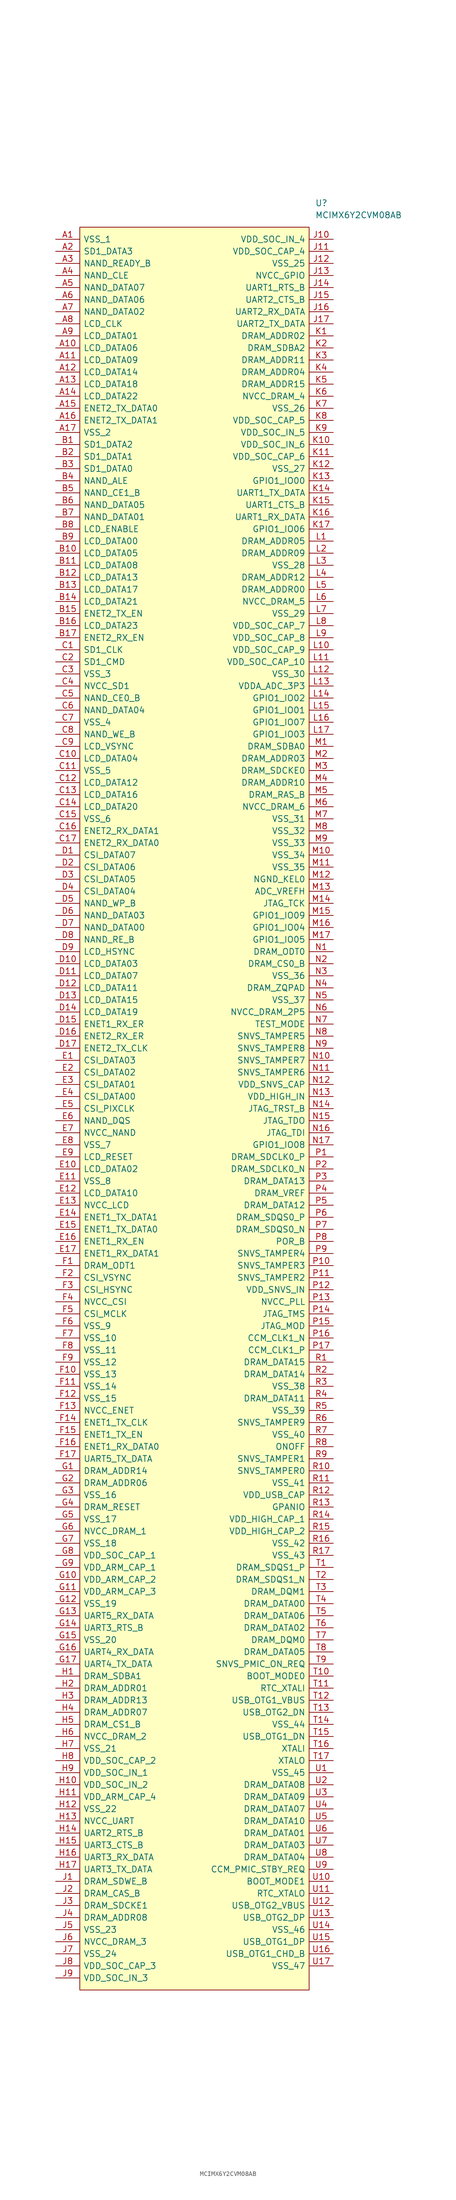
<source format=kicad_sym>
(kicad_symbol_lib
  (version 20211014)
  (generator kicad_symbol_editor)
  (symbol "MCIMX6Y2CVM08AB"
    (pin_names
      (offset 0.762))
    (property "Reference" "U"
      (at 54.61 7.62 0)
      (effects (font (size 1.27 1.27)) (justify left)))
    (property "Value" "MCIMX6Y2CVM08AB"
      (at 54.61 5.08 0)
      (effects (font (size 1.27 1.27)) (justify left)))
    (symbol "MCIMX6Y2CVM08AB_0_0"
      (pin passive line (at 0 0 0) (length 5.08) (name "VSS_1" (effects (font (size 1.27 1.27)))) (number "A1" (effects (font (size 1.27 1.27)))))
      (pin passive line (at 0 -22.86 0) (length 5.08) (name "LCD_DATA06" (effects (font (size 1.27 1.27)))) (number "A10" (effects (font (size 1.27 1.27)))))
      (pin passive line (at 0 -25.4 0) (length 5.08) (name "LCD_DATA09" (effects (font (size 1.27 1.27)))) (number "A11" (effects (font (size 1.27 1.27)))))
      (pin passive line (at 0 -27.94 0) (length 5.08) (name "LCD_DATA14" (effects (font (size 1.27 1.27)))) (number "A12" (effects (font (size 1.27 1.27)))))
      (pin passive line (at 0 -30.48 0) (length 5.08) (name "LCD_DATA18" (effects (font (size 1.27 1.27)))) (number "A13" (effects (font (size 1.27 1.27)))))
      (pin passive line (at 0 -33.02 0) (length 5.08) (name "LCD_DATA22" (effects (font (size 1.27 1.27)))) (number "A14" (effects (font (size 1.27 1.27)))))
      (pin passive line (at 0 -35.56 0) (length 5.08) (name "ENET2_TX_DATA0" (effects (font (size 1.27 1.27)))) (number "A15" (effects (font (size 1.27 1.27)))))
      (pin passive line (at 0 -38.1 0) (length 5.08) (name "ENET2_TX_DATA1" (effects (font (size 1.27 1.27)))) (number "A16" (effects (font (size 1.27 1.27)))))
      (pin passive line (at 0 -40.64 0) (length 5.08) (name "VSS_2" (effects (font (size 1.27 1.27)))) (number "A17" (effects (font (size 1.27 1.27)))))
      (pin passive line (at 0 -2.54 0) (length 5.08) (name "SD1_DATA3" (effects (font (size 1.27 1.27)))) (number "A2" (effects (font (size 1.27 1.27)))))
      (pin passive line (at 0 -5.08 0) (length 5.08) (name "NAND_READY_B" (effects (font (size 1.27 1.27)))) (number "A3" (effects (font (size 1.27 1.27)))))
      (pin passive line (at 0 -7.62 0) (length 5.08) (name "NAND_CLE" (effects (font (size 1.27 1.27)))) (number "A4" (effects (font (size 1.27 1.27)))))
      (pin passive line (at 0 -10.16 0) (length 5.08) (name "NAND_DATA07" (effects (font (size 1.27 1.27)))) (number "A5" (effects (font (size 1.27 1.27)))))
      (pin passive line (at 0 -12.7 0) (length 5.08) (name "NAND_DATA06" (effects (font (size 1.27 1.27)))) (number "A6" (effects (font (size 1.27 1.27)))))
      (pin passive line (at 0 -15.24 0) (length 5.08) (name "NAND_DATA02" (effects (font (size 1.27 1.27)))) (number "A7" (effects (font (size 1.27 1.27)))))
      (pin passive line (at 0 -17.78 0) (length 5.08) (name "LCD_CLK" (effects (font (size 1.27 1.27)))) (number "A8" (effects (font (size 1.27 1.27)))))
      (pin passive line (at 0 -20.32 0) (length 5.08) (name "LCD_DATA01" (effects (font (size 1.27 1.27)))) (number "A9" (effects (font (size 1.27 1.27)))))
      (pin passive line (at 0 -43.18 0) (length 5.08) (name "SD1_DATA2" (effects (font (size 1.27 1.27)))) (number "B1" (effects (font (size 1.27 1.27)))))
      (pin passive line (at 0 -66.04 0) (length 5.08) (name "LCD_DATA05" (effects (font (size 1.27 1.27)))) (number "B10" (effects (font (size 1.27 1.27)))))
      (pin passive line (at 0 -68.58 0) (length 5.08) (name "LCD_DATA08" (effects (font (size 1.27 1.27)))) (number "B11" (effects (font (size 1.27 1.27)))))
      (pin passive line (at 0 -71.12 0) (length 5.08) (name "LCD_DATA13" (effects (font (size 1.27 1.27)))) (number "B12" (effects (font (size 1.27 1.27)))))
      (pin passive line (at 0 -73.66 0) (length 5.08) (name "LCD_DATA17" (effects (font (size 1.27 1.27)))) (number "B13" (effects (font (size 1.27 1.27)))))
      (pin passive line (at 0 -76.2 0) (length 5.08) (name "LCD_DATA21" (effects (font (size 1.27 1.27)))) (number "B14" (effects (font (size 1.27 1.27)))))
      (pin passive line (at 0 -78.74 0) (length 5.08) (name "ENET2_TX_EN" (effects (font (size 1.27 1.27)))) (number "B15" (effects (font (size 1.27 1.27)))))
      (pin passive line (at 0 -81.28 0) (length 5.08) (name "LCD_DATA23" (effects (font (size 1.27 1.27)))) (number "B16" (effects (font (size 1.27 1.27)))))
      (pin passive line (at 0 -83.82 0) (length 5.08) (name "ENET2_RX_EN" (effects (font (size 1.27 1.27)))) (number "B17" (effects (font (size 1.27 1.27)))))
      (pin passive line (at 0 -45.72 0) (length 5.08) (name "SD1_DATA1" (effects (font (size 1.27 1.27)))) (number "B2" (effects (font (size 1.27 1.27)))))
      (pin passive line (at 0 -48.26 0) (length 5.08) (name "SD1_DATA0" (effects (font (size 1.27 1.27)))) (number "B3" (effects (font (size 1.27 1.27)))))
      (pin passive line (at 0 -50.8 0) (length 5.08) (name "NAND_ALE" (effects (font (size 1.27 1.27)))) (number "B4" (effects (font (size 1.27 1.27)))))
      (pin passive line (at 0 -53.34 0) (length 5.08) (name "NAND_CE1_B" (effects (font (size 1.27 1.27)))) (number "B5" (effects (font (size 1.27 1.27)))))
      (pin passive line (at 0 -55.88 0) (length 5.08) (name "NAND_DATA05" (effects (font (size 1.27 1.27)))) (number "B6" (effects (font (size 1.27 1.27)))))
      (pin passive line (at 0 -58.42 0) (length 5.08) (name "NAND_DATA01" (effects (font (size 1.27 1.27)))) (number "B7" (effects (font (size 1.27 1.27)))))
      (pin passive line (at 0 -60.96 0) (length 5.08) (name "LCD_ENABLE" (effects (font (size 1.27 1.27)))) (number "B8" (effects (font (size 1.27 1.27)))))
      (pin passive line (at 0 -63.5 0) (length 5.08) (name "LCD_DATA00" (effects (font (size 1.27 1.27)))) (number "B9" (effects (font (size 1.27 1.27)))))
      (pin passive line (at 0 -86.36 0) (length 5.08) (name "SD1_CLK" (effects (font (size 1.27 1.27)))) (number "C1" (effects (font (size 1.27 1.27)))))
      (pin passive line (at 0 -109.22 0) (length 5.08) (name "LCD_DATA04" (effects (font (size 1.27 1.27)))) (number "C10" (effects (font (size 1.27 1.27)))))
      (pin passive line (at 0 -111.76 0) (length 5.08) (name "VSS_5" (effects (font (size 1.27 1.27)))) (number "C11" (effects (font (size 1.27 1.27)))))
      (pin passive line (at 0 -114.3 0) (length 5.08) (name "LCD_DATA12" (effects (font (size 1.27 1.27)))) (number "C12" (effects (font (size 1.27 1.27)))))
      (pin passive line (at 0 -116.84 0) (length 5.08) (name "LCD_DATA16" (effects (font (size 1.27 1.27)))) (number "C13" (effects (font (size 1.27 1.27)))))
      (pin passive line (at 0 -119.38 0) (length 5.08) (name "LCD_DATA20" (effects (font (size 1.27 1.27)))) (number "C14" (effects (font (size 1.27 1.27)))))
      (pin passive line (at 0 -121.92 0) (length 5.08) (name "VSS_6" (effects (font (size 1.27 1.27)))) (number "C15" (effects (font (size 1.27 1.27)))))
      (pin passive line (at 0 -124.46 0) (length 5.08) (name "ENET2_RX_DATA1" (effects (font (size 1.27 1.27)))) (number "C16" (effects (font (size 1.27 1.27)))))
      (pin passive line (at 0 -127 0) (length 5.08) (name "ENET2_RX_DATA0" (effects (font (size 1.27 1.27)))) (number "C17" (effects (font (size 1.27 1.27)))))
      (pin passive line (at 0 -88.9 0) (length 5.08) (name "SD1_CMD" (effects (font (size 1.27 1.27)))) (number "C2" (effects (font (size 1.27 1.27)))))
      (pin passive line (at 0 -91.44 0) (length 5.08) (name "VSS_3" (effects (font (size 1.27 1.27)))) (number "C3" (effects (font (size 1.27 1.27)))))
      (pin passive line (at 0 -93.98 0) (length 5.08) (name "NVCC_SD1" (effects (font (size 1.27 1.27)))) (number "C4" (effects (font (size 1.27 1.27)))))
      (pin passive line (at 0 -96.52 0) (length 5.08) (name "NAND_CE0_B" (effects (font (size 1.27 1.27)))) (number "C5" (effects (font (size 1.27 1.27)))))
      (pin passive line (at 0 -99.06 0) (length 5.08) (name "NAND_DATA04" (effects (font (size 1.27 1.27)))) (number "C6" (effects (font (size 1.27 1.27)))))
      (pin passive line (at 0 -101.6 0) (length 5.08) (name "VSS_4" (effects (font (size 1.27 1.27)))) (number "C7" (effects (font (size 1.27 1.27)))))
      (pin passive line (at 0 -104.14 0) (length 5.08) (name "NAND_WE_B" (effects (font (size 1.27 1.27)))) (number "C8" (effects (font (size 1.27 1.27)))))
      (pin passive line (at 0 -106.68 0) (length 5.08) (name "LCD_VSYNC" (effects (font (size 1.27 1.27)))) (number "C9" (effects (font (size 1.27 1.27)))))
      (pin passive line (at 0 -129.54 0) (length 5.08) (name "CSI_DATA07" (effects (font (size 1.27 1.27)))) (number "D1" (effects (font (size 1.27 1.27)))))
      (pin passive line (at 0 -152.4 0) (length 5.08) (name "LCD_DATA03" (effects (font (size 1.27 1.27)))) (number "D10" (effects (font (size 1.27 1.27)))))
      (pin passive line (at 0 -154.94 0) (length 5.08) (name "LCD_DATA07" (effects (font (size 1.27 1.27)))) (number "D11" (effects (font (size 1.27 1.27)))))
      (pin passive line (at 0 -157.48 0) (length 5.08) (name "LCD_DATA11" (effects (font (size 1.27 1.27)))) (number "D12" (effects (font (size 1.27 1.27)))))
      (pin passive line (at 0 -160.02 0) (length 5.08) (name "LCD_DATA15" (effects (font (size 1.27 1.27)))) (number "D13" (effects (font (size 1.27 1.27)))))
      (pin passive line (at 0 -162.56 0) (length 5.08) (name "LCD_DATA19" (effects (font (size 1.27 1.27)))) (number "D14" (effects (font (size 1.27 1.27)))))
      (pin passive line (at 0 -165.1 0) (length 5.08) (name "ENET1_RX_ER" (effects (font (size 1.27 1.27)))) (number "D15" (effects (font (size 1.27 1.27)))))
      (pin passive line (at 0 -167.64 0) (length 5.08) (name "ENET2_RX_ER" (effects (font (size 1.27 1.27)))) (number "D16" (effects (font (size 1.27 1.27)))))
      (pin passive line (at 0 -170.18 0) (length 5.08) (name "ENET2_TX_CLK" (effects (font (size 1.27 1.27)))) (number "D17" (effects (font (size 1.27 1.27)))))
      (pin passive line (at 0 -132.08 0) (length 5.08) (name "CSI_DATA06" (effects (font (size 1.27 1.27)))) (number "D2" (effects (font (size 1.27 1.27)))))
      (pin passive line (at 0 -134.62 0) (length 5.08) (name "CSI_DATA05" (effects (font (size 1.27 1.27)))) (number "D3" (effects (font (size 1.27 1.27)))))
      (pin passive line (at 0 -137.16 0) (length 5.08) (name "CSI_DATA04" (effects (font (size 1.27 1.27)))) (number "D4" (effects (font (size 1.27 1.27)))))
      (pin passive line (at 0 -139.7 0) (length 5.08) (name "NAND_WP_B" (effects (font (size 1.27 1.27)))) (number "D5" (effects (font (size 1.27 1.27)))))
      (pin passive line (at 0 -142.24 0) (length 5.08) (name "NAND_DATA03" (effects (font (size 1.27 1.27)))) (number "D6" (effects (font (size 1.27 1.27)))))
      (pin passive line (at 0 -144.78 0) (length 5.08) (name "NAND_DATA00" (effects (font (size 1.27 1.27)))) (number "D7" (effects (font (size 1.27 1.27)))))
      (pin passive line (at 0 -147.32 0) (length 5.08) (name "NAND_RE_B" (effects (font (size 1.27 1.27)))) (number "D8" (effects (font (size 1.27 1.27)))))
      (pin passive line (at 0 -149.86 0) (length 5.08) (name "LCD_HSYNC" (effects (font (size 1.27 1.27)))) (number "D9" (effects (font (size 1.27 1.27)))))
      (pin passive line (at 0 -172.72 0) (length 5.08) (name "CSI_DATA03" (effects (font (size 1.27 1.27)))) (number "E1" (effects (font (size 1.27 1.27)))))
      (pin passive line (at 0 -195.58 0) (length 5.08) (name "LCD_DATA02" (effects (font (size 1.27 1.27)))) (number "E10" (effects (font (size 1.27 1.27)))))
      (pin passive line (at 0 -198.12 0) (length 5.08) (name "VSS_8" (effects (font (size 1.27 1.27)))) (number "E11" (effects (font (size 1.27 1.27)))))
      (pin passive line (at 0 -200.66 0) (length 5.08) (name "LCD_DATA10" (effects (font (size 1.27 1.27)))) (number "E12" (effects (font (size 1.27 1.27)))))
      (pin passive line (at 0 -203.2 0) (length 5.08) (name "NVCC_LCD" (effects (font (size 1.27 1.27)))) (number "E13" (effects (font (size 1.27 1.27)))))
      (pin passive line (at 0 -205.74 0) (length 5.08) (name "ENET1_TX_DATA1" (effects (font (size 1.27 1.27)))) (number "E14" (effects (font (size 1.27 1.27)))))
      (pin passive line (at 0 -208.28 0) (length 5.08) (name "ENET1_TX_DATA0" (effects (font (size 1.27 1.27)))) (number "E15" (effects (font (size 1.27 1.27)))))
      (pin passive line (at 0 -210.82 0) (length 5.08) (name "ENET1_RX_EN" (effects (font (size 1.27 1.27)))) (number "E16" (effects (font (size 1.27 1.27)))))
      (pin passive line (at 0 -213.36 0) (length 5.08) (name "ENET1_RX_DATA1" (effects (font (size 1.27 1.27)))) (number "E17" (effects (font (size 1.27 1.27)))))
      (pin passive line (at 0 -175.26 0) (length 5.08) (name "CSI_DATA02" (effects (font (size 1.27 1.27)))) (number "E2" (effects (font (size 1.27 1.27)))))
      (pin passive line (at 0 -177.8 0) (length 5.08) (name "CSI_DATA01" (effects (font (size 1.27 1.27)))) (number "E3" (effects (font (size 1.27 1.27)))))
      (pin passive line (at 0 -180.34 0) (length 5.08) (name "CSI_DATA00" (effects (font (size 1.27 1.27)))) (number "E4" (effects (font (size 1.27 1.27)))))
      (pin passive line (at 0 -182.88 0) (length 5.08) (name "CSI_PIXCLK" (effects (font (size 1.27 1.27)))) (number "E5" (effects (font (size 1.27 1.27)))))
      (pin passive line (at 0 -185.42 0) (length 5.08) (name "NAND_DQS" (effects (font (size 1.27 1.27)))) (number "E6" (effects (font (size 1.27 1.27)))))
      (pin passive line (at 0 -187.96 0) (length 5.08) (name "NVCC_NAND" (effects (font (size 1.27 1.27)))) (number "E7" (effects (font (size 1.27 1.27)))))
      (pin passive line (at 0 -190.5 0) (length 5.08) (name "VSS_7" (effects (font (size 1.27 1.27)))) (number "E8" (effects (font (size 1.27 1.27)))))
      (pin passive line (at 0 -193.04 0) (length 5.08) (name "LCD_RESET" (effects (font (size 1.27 1.27)))) (number "E9" (effects (font (size 1.27 1.27)))))
      (pin passive line (at 0 -215.9 0) (length 5.08) (name "DRAM_ODT1" (effects (font (size 1.27 1.27)))) (number "F1" (effects (font (size 1.27 1.27)))))
      (pin passive line (at 0 -238.76 0) (length 5.08) (name "VSS_13" (effects (font (size 1.27 1.27)))) (number "F10" (effects (font (size 1.27 1.27)))))
      (pin passive line (at 0 -241.3 0) (length 5.08) (name "VSS_14" (effects (font (size 1.27 1.27)))) (number "F11" (effects (font (size 1.27 1.27)))))
      (pin passive line (at 0 -243.84 0) (length 5.08) (name "VSS_15" (effects (font (size 1.27 1.27)))) (number "F12" (effects (font (size 1.27 1.27)))))
      (pin passive line (at 0 -246.38 0) (length 5.08) (name "NVCC_ENET" (effects (font (size 1.27 1.27)))) (number "F13" (effects (font (size 1.27 1.27)))))
      (pin passive line (at 0 -248.92 0) (length 5.08) (name "ENET1_TX_CLK" (effects (font (size 1.27 1.27)))) (number "F14" (effects (font (size 1.27 1.27)))))
      (pin passive line (at 0 -251.46 0) (length 5.08) (name "ENET1_TX_EN" (effects (font (size 1.27 1.27)))) (number "F15" (effects (font (size 1.27 1.27)))))
      (pin passive line (at 0 -254 0) (length 5.08) (name "ENET1_RX_DATA0" (effects (font (size 1.27 1.27)))) (number "F16" (effects (font (size 1.27 1.27)))))
      (pin passive line (at 0 -256.54 0) (length 5.08) (name "UART5_TX_DATA" (effects (font (size 1.27 1.27)))) (number "F17" (effects (font (size 1.27 1.27)))))
      (pin passive line (at 0 -218.44 0) (length 5.08) (name "CSI_VSYNC" (effects (font (size 1.27 1.27)))) (number "F2" (effects (font (size 1.27 1.27)))))
      (pin passive line (at 0 -220.98 0) (length 5.08) (name "CSI_HSYNC" (effects (font (size 1.27 1.27)))) (number "F3" (effects (font (size 1.27 1.27)))))
      (pin passive line (at 0 -223.52 0) (length 5.08) (name "NVCC_CSI" (effects (font (size 1.27 1.27)))) (number "F4" (effects (font (size 1.27 1.27)))))
      (pin passive line (at 0 -226.06 0) (length 5.08) (name "CSI_MCLK" (effects (font (size 1.27 1.27)))) (number "F5" (effects (font (size 1.27 1.27)))))
      (pin passive line (at 0 -228.6 0) (length 5.08) (name "VSS_9" (effects (font (size 1.27 1.27)))) (number "F6" (effects (font (size 1.27 1.27)))))
      (pin passive line (at 0 -231.14 0) (length 5.08) (name "VSS_10" (effects (font (size 1.27 1.27)))) (number "F7" (effects (font (size 1.27 1.27)))))
      (pin passive line (at 0 -233.68 0) (length 5.08) (name "VSS_11" (effects (font (size 1.27 1.27)))) (number "F8" (effects (font (size 1.27 1.27)))))
      (pin passive line (at 0 -236.22 0) (length 5.08) (name "VSS_12" (effects (font (size 1.27 1.27)))) (number "F9" (effects (font (size 1.27 1.27)))))
      (pin passive line (at 0 -259.08 0) (length 5.08) (name "DRAM_ADDR14" (effects (font (size 1.27 1.27)))) (number "G1" (effects (font (size 1.27 1.27)))))
      (pin passive line (at 0 -281.94 0) (length 5.08) (name "VDD_ARM_CAP_2" (effects (font (size 1.27 1.27)))) (number "G10" (effects (font (size 1.27 1.27)))))
      (pin passive line (at 0 -284.48 0) (length 5.08) (name "VDD_ARM_CAP_3" (effects (font (size 1.27 1.27)))) (number "G11" (effects (font (size 1.27 1.27)))))
      (pin passive line (at 0 -287.02 0) (length 5.08) (name "VSS_19" (effects (font (size 1.27 1.27)))) (number "G12" (effects (font (size 1.27 1.27)))))
      (pin passive line (at 0 -289.56 0) (length 5.08) (name "UART5_RX_DATA" (effects (font (size 1.27 1.27)))) (number "G13" (effects (font (size 1.27 1.27)))))
      (pin passive line (at 0 -292.1 0) (length 5.08) (name "UART3_RTS_B" (effects (font (size 1.27 1.27)))) (number "G14" (effects (font (size 1.27 1.27)))))
      (pin passive line (at 0 -294.64 0) (length 5.08) (name "VSS_20" (effects (font (size 1.27 1.27)))) (number "G15" (effects (font (size 1.27 1.27)))))
      (pin passive line (at 0 -297.18 0) (length 5.08) (name "UART4_RX_DATA" (effects (font (size 1.27 1.27)))) (number "G16" (effects (font (size 1.27 1.27)))))
      (pin passive line (at 0 -299.72 0) (length 5.08) (name "UART4_TX_DATA" (effects (font (size 1.27 1.27)))) (number "G17" (effects (font (size 1.27 1.27)))))
      (pin passive line (at 0 -261.62 0) (length 5.08) (name "DRAM_ADDR06" (effects (font (size 1.27 1.27)))) (number "G2" (effects (font (size 1.27 1.27)))))
      (pin passive line (at 0 -264.16 0) (length 5.08) (name "VSS_16" (effects (font (size 1.27 1.27)))) (number "G3" (effects (font (size 1.27 1.27)))))
      (pin passive line (at 0 -266.7 0) (length 5.08) (name "DRAM_RESET" (effects (font (size 1.27 1.27)))) (number "G4" (effects (font (size 1.27 1.27)))))
      (pin passive line (at 0 -269.24 0) (length 5.08) (name "VSS_17" (effects (font (size 1.27 1.27)))) (number "G5" (effects (font (size 1.27 1.27)))))
      (pin passive line (at 0 -271.78 0) (length 5.08) (name "NVCC_DRAM_1" (effects (font (size 1.27 1.27)))) (number "G6" (effects (font (size 1.27 1.27)))))
      (pin passive line (at 0 -274.32 0) (length 5.08) (name "VSS_18" (effects (font (size 1.27 1.27)))) (number "G7" (effects (font (size 1.27 1.27)))))
      (pin passive line (at 0 -276.86 0) (length 5.08) (name "VDD_SOC_CAP_1" (effects (font (size 1.27 1.27)))) (number "G8" (effects (font (size 1.27 1.27)))))
      (pin passive line (at 0 -279.4 0) (length 5.08) (name "VDD_ARM_CAP_1" (effects (font (size 1.27 1.27)))) (number "G9" (effects (font (size 1.27 1.27)))))
      (pin passive line (at 0 -302.26 0) (length 5.08) (name "DRAM_SDBA1" (effects (font (size 1.27 1.27)))) (number "H1" (effects (font (size 1.27 1.27)))))
      (pin passive line (at 0 -325.12 0) (length 5.08) (name "VDD_SOC_IN_2" (effects (font (size 1.27 1.27)))) (number "H10" (effects (font (size 1.27 1.27)))))
      (pin passive line (at 0 -327.66 0) (length 5.08) (name "VDD_ARM_CAP_4" (effects (font (size 1.27 1.27)))) (number "H11" (effects (font (size 1.27 1.27)))))
      (pin passive line (at 0 -330.2 0) (length 5.08) (name "VSS_22" (effects (font (size 1.27 1.27)))) (number "H12" (effects (font (size 1.27 1.27)))))
      (pin passive line (at 0 -332.74 0) (length 5.08) (name "NVCC_UART" (effects (font (size 1.27 1.27)))) (number "H13" (effects (font (size 1.27 1.27)))))
      (pin passive line (at 0 -335.28 0) (length 5.08) (name "UART2_RTS_B" (effects (font (size 1.27 1.27)))) (number "H14" (effects (font (size 1.27 1.27)))))
      (pin passive line (at 0 -337.82 0) (length 5.08) (name "UART3_CTS_B" (effects (font (size 1.27 1.27)))) (number "H15" (effects (font (size 1.27 1.27)))))
      (pin passive line (at 0 -340.36 0) (length 5.08) (name "UART3_RX_DATA" (effects (font (size 1.27 1.27)))) (number "H16" (effects (font (size 1.27 1.27)))))
      (pin passive line (at 0 -342.9 0) (length 5.08) (name "UART3_TX_DATA" (effects (font (size 1.27 1.27)))) (number "H17" (effects (font (size 1.27 1.27)))))
      (pin passive line (at 0 -304.8 0) (length 5.08) (name "DRAM_ADDR01" (effects (font (size 1.27 1.27)))) (number "H2" (effects (font (size 1.27 1.27)))))
      (pin passive line (at 0 -307.34 0) (length 5.08) (name "DRAM_ADDR13" (effects (font (size 1.27 1.27)))) (number "H3" (effects (font (size 1.27 1.27)))))
      (pin passive line (at 0 -309.88 0) (length 5.08) (name "DRAM_ADDR07" (effects (font (size 1.27 1.27)))) (number "H4" (effects (font (size 1.27 1.27)))))
      (pin passive line (at 0 -312.42 0) (length 5.08) (name "DRAM_CS1_B" (effects (font (size 1.27 1.27)))) (number "H5" (effects (font (size 1.27 1.27)))))
      (pin passive line (at 0 -314.96 0) (length 5.08) (name "NVCC_DRAM_2" (effects (font (size 1.27 1.27)))) (number "H6" (effects (font (size 1.27 1.27)))))
      (pin passive line (at 0 -317.5 0) (length 5.08) (name "VSS_21" (effects (font (size 1.27 1.27)))) (number "H7" (effects (font (size 1.27 1.27)))))
      (pin passive line (at 0 -320.04 0) (length 5.08) (name "VDD_SOC_CAP_2" (effects (font (size 1.27 1.27)))) (number "H8" (effects (font (size 1.27 1.27)))))
      (pin passive line (at 0 -322.58 0) (length 5.08) (name "VDD_SOC_IN_1" (effects (font (size 1.27 1.27)))) (number "H9" (effects (font (size 1.27 1.27)))))
      (pin passive line (at 0 -345.44 0) (length 5.08) (name "DRAM_SDWE_B" (effects (font (size 1.27 1.27)))) (number "J1" (effects (font (size 1.27 1.27)))))
      (pin passive line (at 58.42 0 180) (length 5.08) (name "VDD_SOC_IN_4" (effects (font (size 1.27 1.27)))) (number "J10" (effects (font (size 1.27 1.27)))))
      (pin passive line (at 58.42 -2.54 180) (length 5.08) (name "VDD_SOC_CAP_4" (effects (font (size 1.27 1.27)))) (number "J11" (effects (font (size 1.27 1.27)))))
      (pin passive line (at 58.42 -5.08 180) (length 5.08) (name "VSS_25" (effects (font (size 1.27 1.27)))) (number "J12" (effects (font (size 1.27 1.27)))))
      (pin passive line (at 58.42 -7.62 180) (length 5.08) (name "NVCC_GPIO" (effects (font (size 1.27 1.27)))) (number "J13" (effects (font (size 1.27 1.27)))))
      (pin passive line (at 58.42 -10.16 180) (length 5.08) (name "UART1_RTS_B" (effects (font (size 1.27 1.27)))) (number "J14" (effects (font (size 1.27 1.27)))))
      (pin passive line (at 58.42 -12.7 180) (length 5.08) (name "UART2_CTS_B" (effects (font (size 1.27 1.27)))) (number "J15" (effects (font (size 1.27 1.27)))))
      (pin passive line (at 58.42 -15.24 180) (length 5.08) (name "UART2_RX_DATA" (effects (font (size 1.27 1.27)))) (number "J16" (effects (font (size 1.27 1.27)))))
      (pin passive line (at 58.42 -17.78 180) (length 5.08) (name "UART2_TX_DATA" (effects (font (size 1.27 1.27)))) (number "J17" (effects (font (size 1.27 1.27)))))
      (pin passive line (at 0 -347.98 0) (length 5.08) (name "DRAM_CAS_B" (effects (font (size 1.27 1.27)))) (number "J2" (effects (font (size 1.27 1.27)))))
      (pin passive line (at 0 -350.52 0) (length 5.08) (name "DRAM_SDCKE1" (effects (font (size 1.27 1.27)))) (number "J3" (effects (font (size 1.27 1.27)))))
      (pin passive line (at 0 -353.06 0) (length 5.08) (name "DRAM_ADDR08" (effects (font (size 1.27 1.27)))) (number "J4" (effects (font (size 1.27 1.27)))))
      (pin passive line (at 0 -355.6 0) (length 5.08) (name "VSS_23" (effects (font (size 1.27 1.27)))) (number "J5" (effects (font (size 1.27 1.27)))))
      (pin passive line (at 0 -358.14 0) (length 5.08) (name "NVCC_DRAM_3" (effects (font (size 1.27 1.27)))) (number "J6" (effects (font (size 1.27 1.27)))))
      (pin passive line (at 0 -360.68 0) (length 5.08) (name "VSS_24" (effects (font (size 1.27 1.27)))) (number "J7" (effects (font (size 1.27 1.27)))))
      (pin passive line (at 0 -363.22 0) (length 5.08) (name "VDD_SOC_CAP_3" (effects (font (size 1.27 1.27)))) (number "J8" (effects (font (size 1.27 1.27)))))
      (pin passive line (at 0 -365.76 0) (length 5.08) (name "VDD_SOC_IN_3" (effects (font (size 1.27 1.27)))) (number "J9" (effects (font (size 1.27 1.27)))))
      (pin passive line (at 58.42 -20.32 180) (length 5.08) (name "DRAM_ADDR02" (effects (font (size 1.27 1.27)))) (number "K1" (effects (font (size 1.27 1.27)))))
      (pin passive line (at 58.42 -43.18 180) (length 5.08) (name "VDD_SOC_IN_6" (effects (font (size 1.27 1.27)))) (number "K10" (effects (font (size 1.27 1.27)))))
      (pin passive line (at 58.42 -45.72 180) (length 5.08) (name "VDD_SOC_CAP_6" (effects (font (size 1.27 1.27)))) (number "K11" (effects (font (size 1.27 1.27)))))
      (pin passive line (at 58.42 -48.26 180) (length 5.08) (name "VSS_27" (effects (font (size 1.27 1.27)))) (number "K12" (effects (font (size 1.27 1.27)))))
      (pin passive line (at 58.42 -50.8 180) (length 5.08) (name "GPIO1_IO00" (effects (font (size 1.27 1.27)))) (number "K13" (effects (font (size 1.27 1.27)))))
      (pin passive line (at 58.42 -53.34 180) (length 5.08) (name "UART1_TX_DATA" (effects (font (size 1.27 1.27)))) (number "K14" (effects (font (size 1.27 1.27)))))
      (pin passive line (at 58.42 -55.88 180) (length 5.08) (name "UART1_CTS_B" (effects (font (size 1.27 1.27)))) (number "K15" (effects (font (size 1.27 1.27)))))
      (pin passive line (at 58.42 -58.42 180) (length 5.08) (name "UART1_RX_DATA" (effects (font (size 1.27 1.27)))) (number "K16" (effects (font (size 1.27 1.27)))))
      (pin passive line (at 58.42 -60.96 180) (length 5.08) (name "GPIO1_IO06" (effects (font (size 1.27 1.27)))) (number "K17" (effects (font (size 1.27 1.27)))))
      (pin passive line (at 58.42 -22.86 180) (length 5.08) (name "DRAM_SDBA2" (effects (font (size 1.27 1.27)))) (number "K2" (effects (font (size 1.27 1.27)))))
      (pin passive line (at 58.42 -25.4 180) (length 5.08) (name "DRAM_ADDR11" (effects (font (size 1.27 1.27)))) (number "K3" (effects (font (size 1.27 1.27)))))
      (pin passive line (at 58.42 -27.94 180) (length 5.08) (name "DRAM_ADDR04" (effects (font (size 1.27 1.27)))) (number "K4" (effects (font (size 1.27 1.27)))))
      (pin passive line (at 58.42 -30.48 180) (length 5.08) (name "DRAM_ADDR15" (effects (font (size 1.27 1.27)))) (number "K5" (effects (font (size 1.27 1.27)))))
      (pin passive line (at 58.42 -33.02 180) (length 5.08) (name "NVCC_DRAM_4" (effects (font (size 1.27 1.27)))) (number "K6" (effects (font (size 1.27 1.27)))))
      (pin passive line (at 58.42 -35.56 180) (length 5.08) (name "VSS_26" (effects (font (size 1.27 1.27)))) (number "K7" (effects (font (size 1.27 1.27)))))
      (pin passive line (at 58.42 -38.1 180) (length 5.08) (name "VDD_SOC_CAP_5" (effects (font (size 1.27 1.27)))) (number "K8" (effects (font (size 1.27 1.27)))))
      (pin passive line (at 58.42 -40.64 180) (length 5.08) (name "VDD_SOC_IN_5" (effects (font (size 1.27 1.27)))) (number "K9" (effects (font (size 1.27 1.27)))))
      (pin passive line (at 58.42 -63.5 180) (length 5.08) (name "DRAM_ADDR05" (effects (font (size 1.27 1.27)))) (number "L1" (effects (font (size 1.27 1.27)))))
      (pin passive line (at 58.42 -86.36 180) (length 5.08) (name "VDD_SOC_CAP_9" (effects (font (size 1.27 1.27)))) (number "L10" (effects (font (size 1.27 1.27)))))
      (pin passive line (at 58.42 -88.9 180) (length 5.08) (name "VDD_SOC_CAP_10" (effects (font (size 1.27 1.27)))) (number "L11" (effects (font (size 1.27 1.27)))))
      (pin passive line (at 58.42 -91.44 180) (length 5.08) (name "VSS_30" (effects (font (size 1.27 1.27)))) (number "L12" (effects (font (size 1.27 1.27)))))
      (pin passive line (at 58.42 -93.98 180) (length 5.08) (name "VDDA_ADC_3P3" (effects (font (size 1.27 1.27)))) (number "L13" (effects (font (size 1.27 1.27)))))
      (pin passive line (at 58.42 -96.52 180) (length 5.08) (name "GPIO1_IO02" (effects (font (size 1.27 1.27)))) (number "L14" (effects (font (size 1.27 1.27)))))
      (pin passive line (at 58.42 -99.06 180) (length 5.08) (name "GPIO1_IO01" (effects (font (size 1.27 1.27)))) (number "L15" (effects (font (size 1.27 1.27)))))
      (pin passive line (at 58.42 -101.6 180) (length 5.08) (name "GPIO1_IO07" (effects (font (size 1.27 1.27)))) (number "L16" (effects (font (size 1.27 1.27)))))
      (pin passive line (at 58.42 -104.14 180) (length 5.08) (name "GPIO1_IO03" (effects (font (size 1.27 1.27)))) (number "L17" (effects (font (size 1.27 1.27)))))
      (pin passive line (at 58.42 -66.04 180) (length 5.08) (name "DRAM_ADDR09" (effects (font (size 1.27 1.27)))) (number "L2" (effects (font (size 1.27 1.27)))))
      (pin passive line (at 58.42 -68.58 180) (length 5.08) (name "VSS_28" (effects (font (size 1.27 1.27)))) (number "L3" (effects (font (size 1.27 1.27)))))
      (pin passive line (at 58.42 -71.12 180) (length 5.08) (name "DRAM_ADDR12" (effects (font (size 1.27 1.27)))) (number "L4" (effects (font (size 1.27 1.27)))))
      (pin passive line (at 58.42 -73.66 180) (length 5.08) (name "DRAM_ADDR00" (effects (font (size 1.27 1.27)))) (number "L5" (effects (font (size 1.27 1.27)))))
      (pin passive line (at 58.42 -76.2 180) (length 5.08) (name "NVCC_DRAM_5" (effects (font (size 1.27 1.27)))) (number "L6" (effects (font (size 1.27 1.27)))))
      (pin passive line (at 58.42 -78.74 180) (length 5.08) (name "VSS_29" (effects (font (size 1.27 1.27)))) (number "L7" (effects (font (size 1.27 1.27)))))
      (pin passive line (at 58.42 -81.28 180) (length 5.08) (name "VDD_SOC_CAP_7" (effects (font (size 1.27 1.27)))) (number "L8" (effects (font (size 1.27 1.27)))))
      (pin passive line (at 58.42 -83.82 180) (length 5.08) (name "VDD_SOC_CAP_8" (effects (font (size 1.27 1.27)))) (number "L9" (effects (font (size 1.27 1.27)))))
      (pin passive line (at 58.42 -106.68 180) (length 5.08) (name "DRAM_SDBA0" (effects (font (size 1.27 1.27)))) (number "M1" (effects (font (size 1.27 1.27)))))
      (pin passive line (at 58.42 -129.54 180) (length 5.08) (name "VSS_34" (effects (font (size 1.27 1.27)))) (number "M10" (effects (font (size 1.27 1.27)))))
      (pin passive line (at 58.42 -132.08 180) (length 5.08) (name "VSS_35" (effects (font (size 1.27 1.27)))) (number "M11" (effects (font (size 1.27 1.27)))))
      (pin passive line (at 58.42 -134.62 180) (length 5.08) (name "NGND_KEL0" (effects (font (size 1.27 1.27)))) (number "M12" (effects (font (size 1.27 1.27)))))
      (pin passive line (at 58.42 -137.16 180) (length 5.08) (name "ADC_VREFH" (effects (font (size 1.27 1.27)))) (number "M13" (effects (font (size 1.27 1.27)))))
      (pin passive line (at 58.42 -139.7 180) (length 5.08) (name "JTAG_TCK" (effects (font (size 1.27 1.27)))) (number "M14" (effects (font (size 1.27 1.27)))))
      (pin passive line (at 58.42 -142.24 180) (length 5.08) (name "GPIO1_IO09" (effects (font (size 1.27 1.27)))) (number "M15" (effects (font (size 1.27 1.27)))))
      (pin passive line (at 58.42 -144.78 180) (length 5.08) (name "GPIO1_IO04" (effects (font (size 1.27 1.27)))) (number "M16" (effects (font (size 1.27 1.27)))))
      (pin passive line (at 58.42 -147.32 180) (length 5.08) (name "GPIO1_IO05" (effects (font (size 1.27 1.27)))) (number "M17" (effects (font (size 1.27 1.27)))))
      (pin passive line (at 58.42 -109.22 180) (length 5.08) (name "DRAM_ADDR03" (effects (font (size 1.27 1.27)))) (number "M2" (effects (font (size 1.27 1.27)))))
      (pin passive line (at 58.42 -111.76 180) (length 5.08) (name "DRAM_SDCKE0" (effects (font (size 1.27 1.27)))) (number "M3" (effects (font (size 1.27 1.27)))))
      (pin passive line (at 58.42 -114.3 180) (length 5.08) (name "DRAM_ADDR10" (effects (font (size 1.27 1.27)))) (number "M4" (effects (font (size 1.27 1.27)))))
      (pin passive line (at 58.42 -116.84 180) (length 5.08) (name "DRAM_RAS_B" (effects (font (size 1.27 1.27)))) (number "M5" (effects (font (size 1.27 1.27)))))
      (pin passive line (at 58.42 -119.38 180) (length 5.08) (name "NVCC_DRAM_6" (effects (font (size 1.27 1.27)))) (number "M6" (effects (font (size 1.27 1.27)))))
      (pin passive line (at 58.42 -121.92 180) (length 5.08) (name "VSS_31" (effects (font (size 1.27 1.27)))) (number "M7" (effects (font (size 1.27 1.27)))))
      (pin passive line (at 58.42 -124.46 180) (length 5.08) (name "VSS_32" (effects (font (size 1.27 1.27)))) (number "M8" (effects (font (size 1.27 1.27)))))
      (pin passive line (at 58.42 -127 180) (length 5.08) (name "VSS_33" (effects (font (size 1.27 1.27)))) (number "M9" (effects (font (size 1.27 1.27)))))
      (pin passive line (at 58.42 -149.86 180) (length 5.08) (name "DRAM_ODT0" (effects (font (size 1.27 1.27)))) (number "N1" (effects (font (size 1.27 1.27)))))
      (pin passive line (at 58.42 -172.72 180) (length 5.08) (name "SNVS_TAMPER7" (effects (font (size 1.27 1.27)))) (number "N10" (effects (font (size 1.27 1.27)))))
      (pin passive line (at 58.42 -175.26 180) (length 5.08) (name "SNVS_TAMPER6" (effects (font (size 1.27 1.27)))) (number "N11" (effects (font (size 1.27 1.27)))))
      (pin passive line (at 58.42 -177.8 180) (length 5.08) (name "VDD_SNVS_CAP" (effects (font (size 1.27 1.27)))) (number "N12" (effects (font (size 1.27 1.27)))))
      (pin passive line (at 58.42 -180.34 180) (length 5.08) (name "VDD_HIGH_IN" (effects (font (size 1.27 1.27)))) (number "N13" (effects (font (size 1.27 1.27)))))
      (pin passive line (at 58.42 -182.88 180) (length 5.08) (name "JTAG_TRST_B" (effects (font (size 1.27 1.27)))) (number "N14" (effects (font (size 1.27 1.27)))))
      (pin passive line (at 58.42 -185.42 180) (length 5.08) (name "JTAG_TDO" (effects (font (size 1.27 1.27)))) (number "N15" (effects (font (size 1.27 1.27)))))
      (pin passive line (at 58.42 -187.96 180) (length 5.08) (name "JTAG_TDI" (effects (font (size 1.27 1.27)))) (number "N16" (effects (font (size 1.27 1.27)))))
      (pin passive line (at 58.42 -190.5 180) (length 5.08) (name "GPIO1_IO08" (effects (font (size 1.27 1.27)))) (number "N17" (effects (font (size 1.27 1.27)))))
      (pin passive line (at 58.42 -152.4 180) (length 5.08) (name "DRAM_CS0_B" (effects (font (size 1.27 1.27)))) (number "N2" (effects (font (size 1.27 1.27)))))
      (pin passive line (at 58.42 -154.94 180) (length 5.08) (name "VSS_36" (effects (font (size 1.27 1.27)))) (number "N3" (effects (font (size 1.27 1.27)))))
      (pin passive line (at 58.42 -157.48 180) (length 5.08) (name "DRAM_ZQPAD" (effects (font (size 1.27 1.27)))) (number "N4" (effects (font (size 1.27 1.27)))))
      (pin passive line (at 58.42 -160.02 180) (length 5.08) (name "VSS_37" (effects (font (size 1.27 1.27)))) (number "N5" (effects (font (size 1.27 1.27)))))
      (pin passive line (at 58.42 -162.56 180) (length 5.08) (name "NVCC_DRAM_2P5" (effects (font (size 1.27 1.27)))) (number "N6" (effects (font (size 1.27 1.27)))))
      (pin passive line (at 58.42 -165.1 180) (length 5.08) (name "TEST_MODE" (effects (font (size 1.27 1.27)))) (number "N7" (effects (font (size 1.27 1.27)))))
      (pin passive line (at 58.42 -167.64 180) (length 5.08) (name "SNVS_TAMPER5" (effects (font (size 1.27 1.27)))) (number "N8" (effects (font (size 1.27 1.27)))))
      (pin passive line (at 58.42 -170.18 180) (length 5.08) (name "SNVS_TAMPER8" (effects (font (size 1.27 1.27)))) (number "N9" (effects (font (size 1.27 1.27)))))
      (pin passive line (at 58.42 -193.04 180) (length 5.08) (name "DRAM_SDCLK0_P" (effects (font (size 1.27 1.27)))) (number "P1" (effects (font (size 1.27 1.27)))))
      (pin passive line (at 58.42 -215.9 180) (length 5.08) (name "SNVS_TAMPER3" (effects (font (size 1.27 1.27)))) (number "P10" (effects (font (size 1.27 1.27)))))
      (pin passive line (at 58.42 -218.44 180) (length 5.08) (name "SNVS_TAMPER2" (effects (font (size 1.27 1.27)))) (number "P11" (effects (font (size 1.27 1.27)))))
      (pin passive line (at 58.42 -220.98 180) (length 5.08) (name "VDD_SNVS_IN" (effects (font (size 1.27 1.27)))) (number "P12" (effects (font (size 1.27 1.27)))))
      (pin passive line (at 58.42 -223.52 180) (length 5.08) (name "NVCC_PLL" (effects (font (size 1.27 1.27)))) (number "P13" (effects (font (size 1.27 1.27)))))
      (pin passive line (at 58.42 -226.06 180) (length 5.08) (name "JTAG_TMS" (effects (font (size 1.27 1.27)))) (number "P14" (effects (font (size 1.27 1.27)))))
      (pin passive line (at 58.42 -228.6 180) (length 5.08) (name "JTAG_MOD" (effects (font (size 1.27 1.27)))) (number "P15" (effects (font (size 1.27 1.27)))))
      (pin passive line (at 58.42 -231.14 180) (length 5.08) (name "CCM_CLK1_N" (effects (font (size 1.27 1.27)))) (number "P16" (effects (font (size 1.27 1.27)))))
      (pin passive line (at 58.42 -233.68 180) (length 5.08) (name "CCM_CLK1_P" (effects (font (size 1.27 1.27)))) (number "P17" (effects (font (size 1.27 1.27)))))
      (pin passive line (at 58.42 -195.58 180) (length 5.08) (name "DRAM_SDCLK0_N" (effects (font (size 1.27 1.27)))) (number "P2" (effects (font (size 1.27 1.27)))))
      (pin passive line (at 58.42 -198.12 180) (length 5.08) (name "DRAM_DATA13" (effects (font (size 1.27 1.27)))) (number "P3" (effects (font (size 1.27 1.27)))))
      (pin passive line (at 58.42 -200.66 180) (length 5.08) (name "DRAM_VREF" (effects (font (size 1.27 1.27)))) (number "P4" (effects (font (size 1.27 1.27)))))
      (pin passive line (at 58.42 -203.2 180) (length 5.08) (name "DRAM_DATA12" (effects (font (size 1.27 1.27)))) (number "P5" (effects (font (size 1.27 1.27)))))
      (pin passive line (at 58.42 -205.74 180) (length 5.08) (name "DRAM_SDQS0_P" (effects (font (size 1.27 1.27)))) (number "P6" (effects (font (size 1.27 1.27)))))
      (pin passive line (at 58.42 -208.28 180) (length 5.08) (name "DRAM_SDQS0_N" (effects (font (size 1.27 1.27)))) (number "P7" (effects (font (size 1.27 1.27)))))
      (pin passive line (at 58.42 -210.82 180) (length 5.08) (name "POR_B" (effects (font (size 1.27 1.27)))) (number "P8" (effects (font (size 1.27 1.27)))))
      (pin passive line (at 58.42 -213.36 180) (length 5.08) (name "SNVS_TAMPER4" (effects (font (size 1.27 1.27)))) (number "P9" (effects (font (size 1.27 1.27)))))
      (pin passive line (at 58.42 -236.22 180) (length 5.08) (name "DRAM_DATA15" (effects (font (size 1.27 1.27)))) (number "R1" (effects (font (size 1.27 1.27)))))
      (pin passive line (at 58.42 -259.08 180) (length 5.08) (name "SNVS_TAMPER0" (effects (font (size 1.27 1.27)))) (number "R10" (effects (font (size 1.27 1.27)))))
      (pin passive line (at 58.42 -261.62 180) (length 5.08) (name "VSS_41" (effects (font (size 1.27 1.27)))) (number "R11" (effects (font (size 1.27 1.27)))))
      (pin passive line (at 58.42 -264.16 180) (length 5.08) (name "VDD_USB_CAP" (effects (font (size 1.27 1.27)))) (number "R12" (effects (font (size 1.27 1.27)))))
      (pin passive line (at 58.42 -266.7 180) (length 5.08) (name "GPANIO" (effects (font (size 1.27 1.27)))) (number "R13" (effects (font (size 1.27 1.27)))))
      (pin passive line (at 58.42 -269.24 180) (length 5.08) (name "VDD_HIGH_CAP_1" (effects (font (size 1.27 1.27)))) (number "R14" (effects (font (size 1.27 1.27)))))
      (pin passive line (at 58.42 -271.78 180) (length 5.08) (name "VDD_HIGH_CAP_2" (effects (font (size 1.27 1.27)))) (number "R15" (effects (font (size 1.27 1.27)))))
      (pin passive line (at 58.42 -274.32 180) (length 5.08) (name "VSS_42" (effects (font (size 1.27 1.27)))) (number "R16" (effects (font (size 1.27 1.27)))))
      (pin passive line (at 58.42 -276.86 180) (length 5.08) (name "VSS_43" (effects (font (size 1.27 1.27)))) (number "R17" (effects (font (size 1.27 1.27)))))
      (pin passive line (at 58.42 -238.76 180) (length 5.08) (name "DRAM_DATA14" (effects (font (size 1.27 1.27)))) (number "R2" (effects (font (size 1.27 1.27)))))
      (pin passive line (at 58.42 -241.3 180) (length 5.08) (name "VSS_38" (effects (font (size 1.27 1.27)))) (number "R3" (effects (font (size 1.27 1.27)))))
      (pin passive line (at 58.42 -243.84 180) (length 5.08) (name "DRAM_DATA11" (effects (font (size 1.27 1.27)))) (number "R4" (effects (font (size 1.27 1.27)))))
      (pin passive line (at 58.42 -246.38 180) (length 5.08) (name "VSS_39" (effects (font (size 1.27 1.27)))) (number "R5" (effects (font (size 1.27 1.27)))))
      (pin passive line (at 58.42 -248.92 180) (length 5.08) (name "SNVS_TAMPER9" (effects (font (size 1.27 1.27)))) (number "R6" (effects (font (size 1.27 1.27)))))
      (pin passive line (at 58.42 -251.46 180) (length 5.08) (name "VSS_40" (effects (font (size 1.27 1.27)))) (number "R7" (effects (font (size 1.27 1.27)))))
      (pin passive line (at 58.42 -254 180) (length 5.08) (name "ONOFF" (effects (font (size 1.27 1.27)))) (number "R8" (effects (font (size 1.27 1.27)))))
      (pin passive line (at 58.42 -256.54 180) (length 5.08) (name "SNVS_TAMPER1" (effects (font (size 1.27 1.27)))) (number "R9" (effects (font (size 1.27 1.27)))))
      (pin passive line (at 58.42 -279.4 180) (length 5.08) (name "DRAM_SDQS1_P" (effects (font (size 1.27 1.27)))) (number "T1" (effects (font (size 1.27 1.27)))))
      (pin passive line (at 58.42 -302.26 180) (length 5.08) (name "BOOT_MODE0" (effects (font (size 1.27 1.27)))) (number "T10" (effects (font (size 1.27 1.27)))))
      (pin passive line (at 58.42 -304.8 180) (length 5.08) (name "RTC_XTALI" (effects (font (size 1.27 1.27)))) (number "T11" (effects (font (size 1.27 1.27)))))
      (pin passive line (at 58.42 -307.34 180) (length 5.08) (name "USB_OTG1_VBUS" (effects (font (size 1.27 1.27)))) (number "T12" (effects (font (size 1.27 1.27)))))
      (pin passive line (at 58.42 -309.88 180) (length 5.08) (name "USB_OTG2_DN" (effects (font (size 1.27 1.27)))) (number "T13" (effects (font (size 1.27 1.27)))))
      (pin passive line (at 58.42 -312.42 180) (length 5.08) (name "VSS_44" (effects (font (size 1.27 1.27)))) (number "T14" (effects (font (size 1.27 1.27)))))
      (pin passive line (at 58.42 -314.96 180) (length 5.08) (name "USB_OTG1_DN" (effects (font (size 1.27 1.27)))) (number "T15" (effects (font (size 1.27 1.27)))))
      (pin passive line (at 58.42 -317.5 180) (length 5.08) (name "XTALI" (effects (font (size 1.27 1.27)))) (number "T16" (effects (font (size 1.27 1.27)))))
      (pin passive line (at 58.42 -320.04 180) (length 5.08) (name "XTALO" (effects (font (size 1.27 1.27)))) (number "T17" (effects (font (size 1.27 1.27)))))
      (pin passive line (at 58.42 -281.94 180) (length 5.08) (name "DRAM_SDQS1_N" (effects (font (size 1.27 1.27)))) (number "T2" (effects (font (size 1.27 1.27)))))
      (pin passive line (at 58.42 -284.48 180) (length 5.08) (name "DRAM_DQM1" (effects (font (size 1.27 1.27)))) (number "T3" (effects (font (size 1.27 1.27)))))
      (pin passive line (at 58.42 -287.02 180) (length 5.08) (name "DRAM_DATA00" (effects (font (size 1.27 1.27)))) (number "T4" (effects (font (size 1.27 1.27)))))
      (pin passive line (at 58.42 -289.56 180) (length 5.08) (name "DRAM_DATA06" (effects (font (size 1.27 1.27)))) (number "T5" (effects (font (size 1.27 1.27)))))
      (pin passive line (at 58.42 -292.1 180) (length 5.08) (name "DRAM_DATA02" (effects (font (size 1.27 1.27)))) (number "T6" (effects (font (size 1.27 1.27)))))
      (pin passive line (at 58.42 -294.64 180) (length 5.08) (name "DRAM_DQM0" (effects (font (size 1.27 1.27)))) (number "T7" (effects (font (size 1.27 1.27)))))
      (pin passive line (at 58.42 -297.18 180) (length 5.08) (name "DRAM_DATA05" (effects (font (size 1.27 1.27)))) (number "T8" (effects (font (size 1.27 1.27)))))
      (pin passive line (at 58.42 -299.72 180) (length 5.08) (name "SNVS_PMIC_ON_REQ" (effects (font (size 1.27 1.27)))) (number "T9" (effects (font (size 1.27 1.27)))))
      (pin passive line (at 58.42 -322.58 180) (length 5.08) (name "VSS_45" (effects (font (size 1.27 1.27)))) (number "U1" (effects (font (size 1.27 1.27)))))
      (pin passive line (at 58.42 -345.44 180) (length 5.08) (name "BOOT_MODE1" (effects (font (size 1.27 1.27)))) (number "U10" (effects (font (size 1.27 1.27)))))
      (pin passive line (at 58.42 -347.98 180) (length 5.08) (name "RTC_XTALO" (effects (font (size 1.27 1.27)))) (number "U11" (effects (font (size 1.27 1.27)))))
      (pin passive line (at 58.42 -350.52 180) (length 5.08) (name "USB_OTG2_VBUS" (effects (font (size 1.27 1.27)))) (number "U12" (effects (font (size 1.27 1.27)))))
      (pin passive line (at 58.42 -353.06 180) (length 5.08) (name "USB_OTG2_DP" (effects (font (size 1.27 1.27)))) (number "U13" (effects (font (size 1.27 1.27)))))
      (pin passive line (at 58.42 -355.6 180) (length 5.08) (name "VSS_46" (effects (font (size 1.27 1.27)))) (number "U14" (effects (font (size 1.27 1.27)))))
      (pin passive line (at 58.42 -358.14 180) (length 5.08) (name "USB_OTG1_DP" (effects (font (size 1.27 1.27)))) (number "U15" (effects (font (size 1.27 1.27)))))
      (pin passive line (at 58.42 -360.68 180) (length 5.08) (name "USB_OTG1_CHD_B" (effects (font (size 1.27 1.27)))) (number "U16" (effects (font (size 1.27 1.27)))))
      (pin passive line (at 58.42 -363.22 180) (length 5.08) (name "VSS_47" (effects (font (size 1.27 1.27)))) (number "U17" (effects (font (size 1.27 1.27)))))
      (pin passive line (at 58.42 -325.12 180) (length 5.08) (name "DRAM_DATA08" (effects (font (size 1.27 1.27)))) (number "U2" (effects (font (size 1.27 1.27)))))
      (pin passive line (at 58.42 -327.66 180) (length 5.08) (name "DRAM_DATA09" (effects (font (size 1.27 1.27)))) (number "U3" (effects (font (size 1.27 1.27)))))
      (pin passive line (at 58.42 -330.2 180) (length 5.08) (name "DRAM_DATA07" (effects (font (size 1.27 1.27)))) (number "U4" (effects (font (size 1.27 1.27)))))
      (pin passive line (at 58.42 -332.74 180) (length 5.08) (name "DRAM_DATA10" (effects (font (size 1.27 1.27)))) (number "U5" (effects (font (size 1.27 1.27)))))
      (pin passive line (at 58.42 -335.28 180) (length 5.08) (name "DRAM_DATA01" (effects (font (size 1.27 1.27)))) (number "U6" (effects (font (size 1.27 1.27)))))
      (pin passive line (at 58.42 -337.82 180) (length 5.08) (name "DRAM_DATA03" (effects (font (size 1.27 1.27)))) (number "U7" (effects (font (size 1.27 1.27)))))
      (pin passive line (at 58.42 -340.36 180) (length 5.08) (name "DRAM_DATA04" (effects (font (size 1.27 1.27)))) (number "U8" (effects (font (size 1.27 1.27)))))
      (pin passive line (at 58.42 -342.9 180) (length 5.08) (name "CCM_PMIC_STBY_REQ" (effects (font (size 1.27 1.27)))) (number "U9" (effects (font (size 1.27 1.27))))))
    (symbol "MCIMX6Y2CVM08AB_0_1"
      (polyline (pts (xy 5.08 2.54) (xy 53.34 2.54) (xy 53.34 -368.3) (xy 5.08 -368.3) (xy 5.08 2.54)) (stroke (width 0) (type default) (color 0 0 0 0)) (fill (type background))))))
</source>
